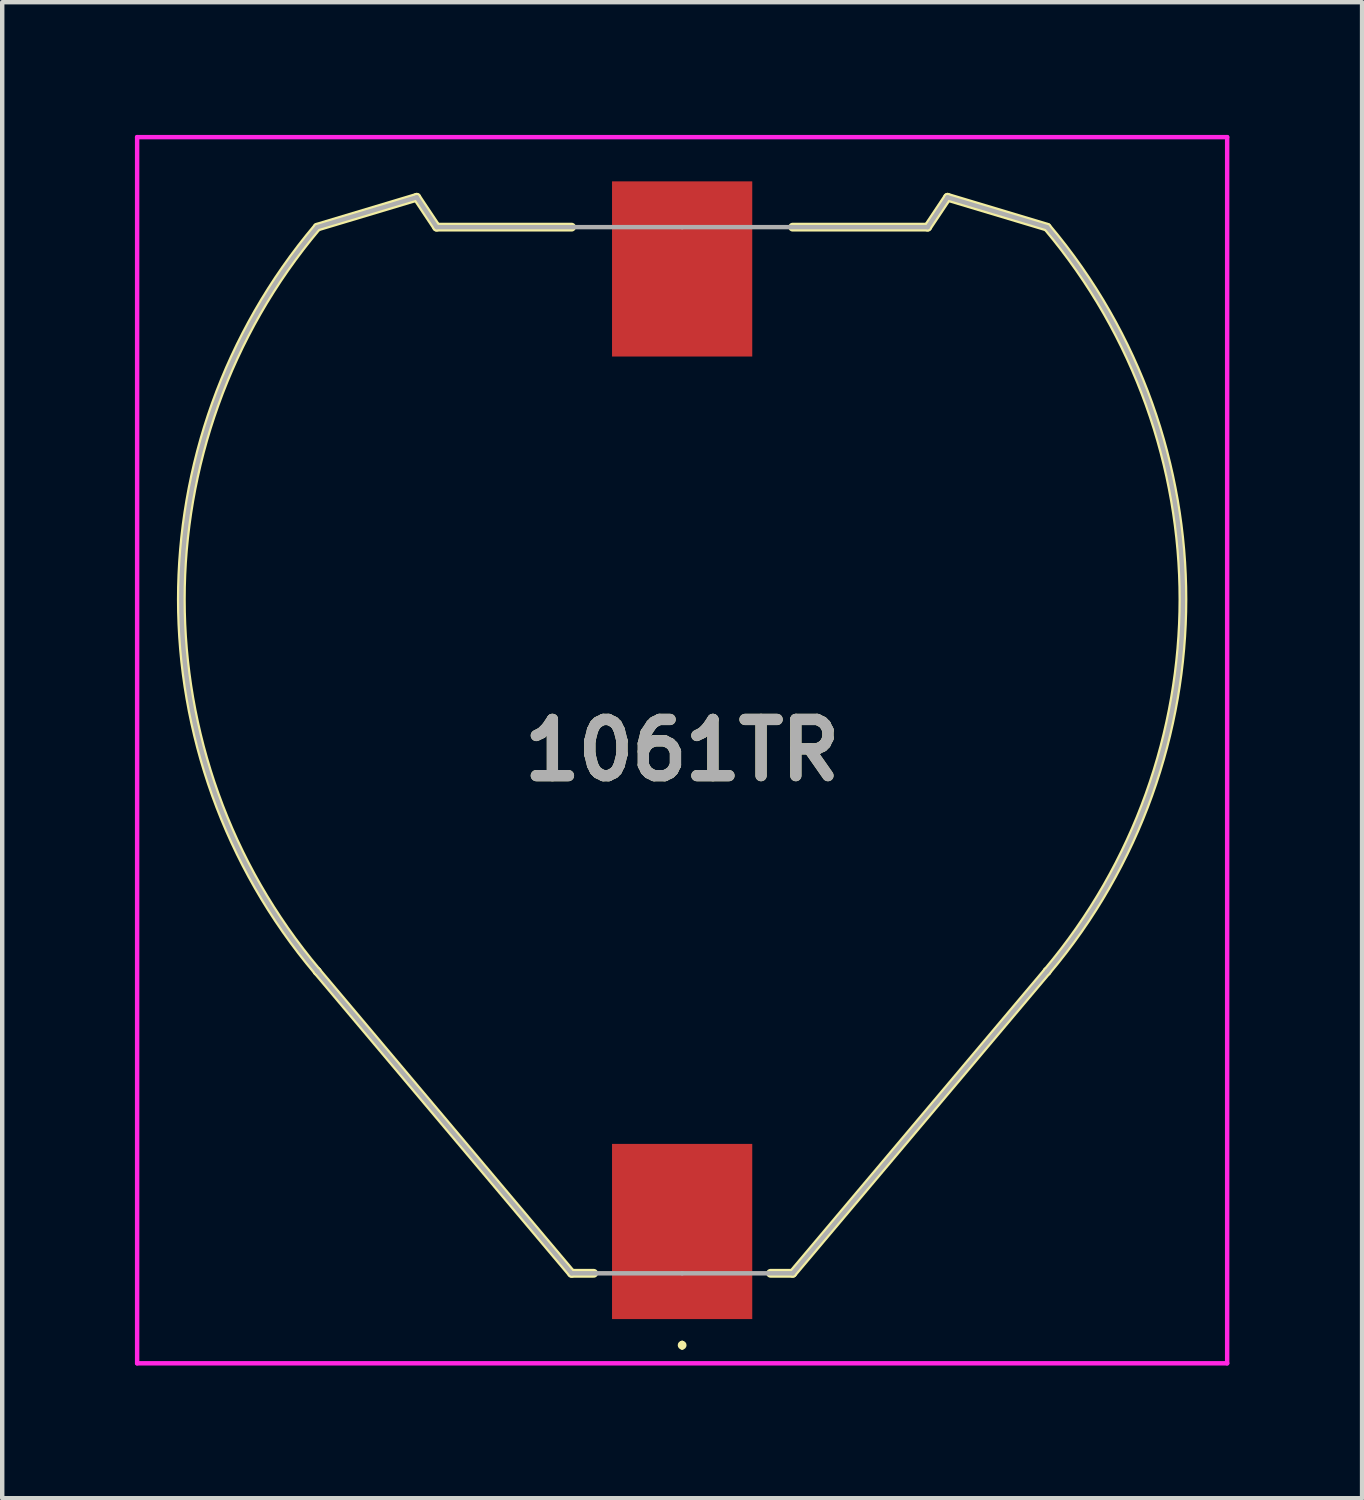
<source format=kicad_pcb>
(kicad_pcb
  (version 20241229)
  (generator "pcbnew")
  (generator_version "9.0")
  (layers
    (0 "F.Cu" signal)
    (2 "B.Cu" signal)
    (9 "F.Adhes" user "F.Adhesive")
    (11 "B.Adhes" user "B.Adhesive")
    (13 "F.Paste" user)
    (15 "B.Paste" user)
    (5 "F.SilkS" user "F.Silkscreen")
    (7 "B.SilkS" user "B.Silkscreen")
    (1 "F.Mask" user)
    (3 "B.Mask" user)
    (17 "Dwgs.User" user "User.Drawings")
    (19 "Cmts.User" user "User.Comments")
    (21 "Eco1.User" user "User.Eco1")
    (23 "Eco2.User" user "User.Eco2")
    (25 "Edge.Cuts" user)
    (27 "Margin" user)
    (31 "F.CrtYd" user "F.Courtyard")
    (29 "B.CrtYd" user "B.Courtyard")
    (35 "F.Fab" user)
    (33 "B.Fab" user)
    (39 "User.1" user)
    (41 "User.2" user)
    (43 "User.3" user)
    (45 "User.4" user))
  (footprint "1061TR"
    (layer "F.Cu")
    (at 12.371 13.91)
    (property "Reference" "1061TR" (at 0 0 0) (layer "F.SilkS") (effects (font (size 1.27 1.27) (thickness 0.254))))
    (attr smd)
    (fp_line (start -8.25 -11.825) (end -6 -12.5) (stroke (width 0.2) (type solid)) (layer "F.SilkS"))
    (fp_line (start -8.25 5) (end -8.25 5) (stroke (width 0.2) (type solid)) (layer "F.SilkS"))
    (fp_line (start -6 -12.5) (end -5.55 -11.825) (stroke (width 0.2) (type solid)) (layer "F.SilkS"))
    (fp_line (start -5.55 -11.825) (end -2.5 -11.825) (stroke (width 0.2) (type solid)) (layer "F.SilkS"))
    (fp_line (start -2.5 11.825) (end -8.25 5) (stroke (width 0.2) (type solid)) (layer "F.SilkS"))
    (fp_line (start -2 11.825) (end -2.5 11.825) (stroke (width 0.2) (type solid)) (layer "F.SilkS"))
    (fp_line (start 0 13.4) (end 0 13.4) (stroke (width 0.1) (type solid)) (layer "F.SilkS"))
    (fp_line (start 0 13.5) (end 0 13.5) (stroke (width 0.1) (type solid)) (layer "F.SilkS"))
    (fp_line (start 2 11.825) (end 2.5 11.825) (stroke (width 0.2) (type solid)) (layer "F.SilkS"))
    (fp_line (start 2.5 11.825) (end 8.25 5) (stroke (width 0.2) (type solid)) (layer "F.SilkS"))
    (fp_line (start 5.55 -11.825) (end 2.5 -11.825) (stroke (width 0.2) (type solid)) (layer "F.SilkS"))
    (fp_line (start 6 -12.5) (end 5.55 -11.825) (stroke (width 0.2) (type solid)) (layer "F.SilkS"))
    (fp_line (start 8.25 -11.825) (end 6 -12.5) (stroke (width 0.2) (type solid)) (layer "F.SilkS"))
    (fp_line (start 8.25 5) (end 8.25 5) (stroke (width 0.2) (type solid)) (layer "F.SilkS"))
    (fp_arc (start -8.25 5) (mid -11.321313 -3.409495) (end -8.253871 -11.820403) (stroke (width 0.2) (type solid)) (layer "F.SilkS"))
    (fp_arc (start 0 13.4) (mid 0.05 13.45) (end 0 13.5) (stroke (width 0.1) (type solid)) (layer "F.SilkS"))
    (fp_arc (start 0 13.5) (mid -0.05 13.45) (end 0 13.4) (stroke (width 0.1) (type solid)) (layer "F.SilkS"))
    (fp_arc (start 8.253871 -11.820403) (mid 11.321313 -3.409495) (end 8.25 5) (stroke (width 0.2) (type solid)) (layer "F.SilkS"))
    (fp_line (start -12.321 -13.86) (end 12.321 -13.86) (stroke (width 0.1) (type solid)) (layer "F.CrtYd"))
    (fp_line (start -12.321 13.86) (end -12.321 -13.86) (stroke (width 0.1) (type solid)) (layer "F.CrtYd"))
    (fp_line (start 12.321 -13.86) (end 12.321 13.86) (stroke (width 0.1) (type solid)) (layer "F.CrtYd"))
    (fp_line (start 12.321 13.86) (end -12.321 13.86) (stroke (width 0.1) (type solid)) (layer "F.CrtYd"))
    (fp_line (start -8.25 -11.825) (end -6 -12.5) (stroke (width 0.1) (type solid)) (layer "F.Fab"))
    (fp_line (start -8.25 5) (end -8.25 5) (stroke (width 0.1) (type solid)) (layer "F.Fab"))
    (fp_line (start -6 -12.5) (end -5.55 -11.825) (stroke (width 0.1) (type solid)) (layer "F.Fab"))
    (fp_line (start -5.55 -11.825) (end 0 -11.825) (stroke (width 0.1) (type solid)) (layer "F.Fab"))
    (fp_line (start -2.5 11.825) (end -8.25 5) (stroke (width 0.1) (type solid)) (layer "F.Fab"))
    (fp_line (start 0 11.825) (end -2.5 11.825) (stroke (width 0.1) (type solid)) (layer "F.Fab"))
    (fp_line (start 0 11.825) (end 2.5 11.825) (stroke (width 0.1) (type solid)) (layer "F.Fab"))
    (fp_line (start 2.5 11.825) (end 8.25 5) (stroke (width 0.1) (type solid)) (layer "F.Fab"))
    (fp_line (start 5.55 -11.825) (end 0 -11.825) (stroke (width 0.1) (type solid)) (layer "F.Fab"))
    (fp_line (start 6 -12.5) (end 5.55 -11.825) (stroke (width 0.1) (type solid)) (layer "F.Fab"))
    (fp_line (start 8.25 -11.825) (end 6 -12.5) (stroke (width 0.1) (type solid)) (layer "F.Fab"))
    (fp_line (start 8.25 5) (end 8.25 5) (stroke (width 0.1) (type solid)) (layer "F.Fab"))
    (fp_arc (start -8.25 5) (mid -11.321313 -3.409495) (end -8.253871 -11.820403) (stroke (width 0.1) (type solid)) (layer "F.Fab"))
    (fp_arc (start 8.253871 -11.820403) (mid 11.321313 -3.409495) (end 8.25 5) (stroke (width 0.1) (type solid)) (layer "F.Fab"))
    (fp_text user "${REFERENCE}" (at 0 0 0) (layer "F.Fab") (effects (font (size 1.27 1.27) (thickness 0.254))))
    (pad "1" smd rect (at 0 10.88) (size 3.17 3.96) (layers "F.Cu" "F.Mask" "F.Paste"))
    (pad "2" smd rect (at 0 -10.88) (size 3.17 3.96) (layers "F.Cu" "F.Mask" "F.Paste")))
  (gr_rect
    (start -3 -3)
    (end 27.742 30.82)
    (stroke (width 0.1) (type default))
    (fill no)
    (layer "Edge.Cuts")))
</source>
